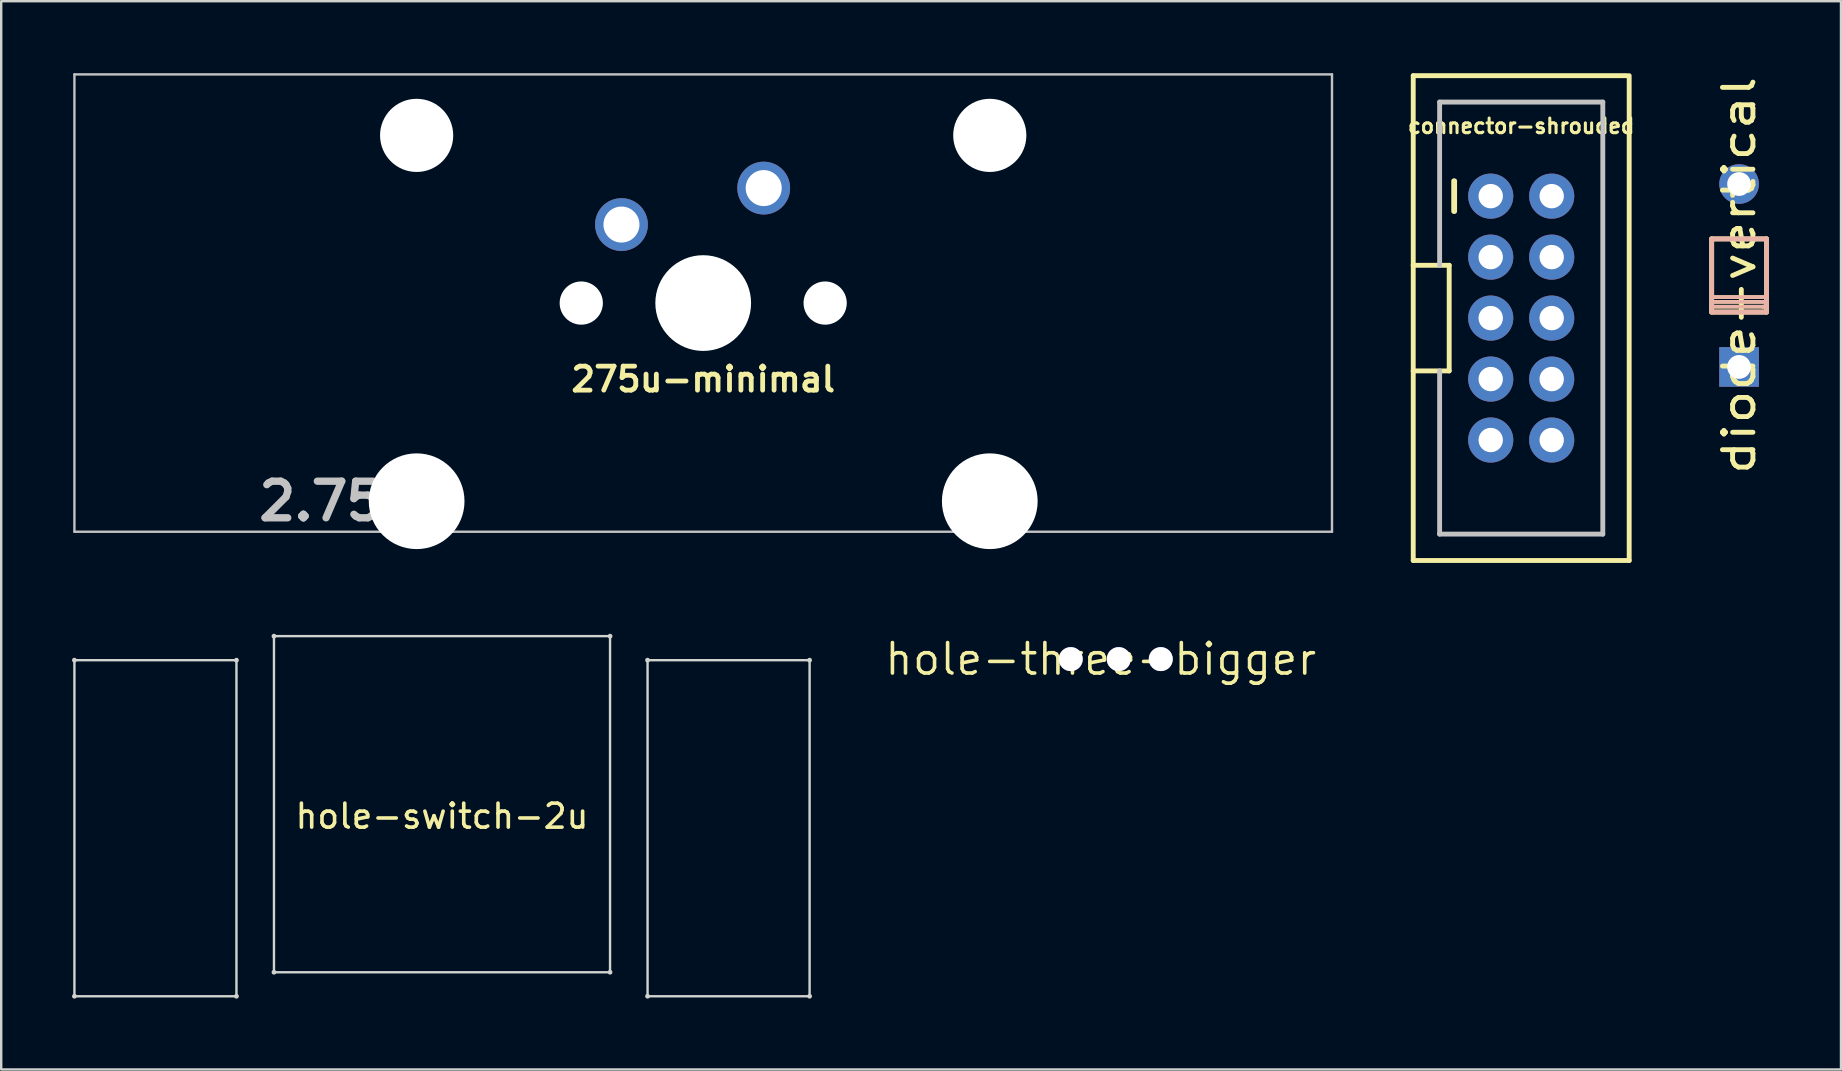
<source format=kicad_pcb>
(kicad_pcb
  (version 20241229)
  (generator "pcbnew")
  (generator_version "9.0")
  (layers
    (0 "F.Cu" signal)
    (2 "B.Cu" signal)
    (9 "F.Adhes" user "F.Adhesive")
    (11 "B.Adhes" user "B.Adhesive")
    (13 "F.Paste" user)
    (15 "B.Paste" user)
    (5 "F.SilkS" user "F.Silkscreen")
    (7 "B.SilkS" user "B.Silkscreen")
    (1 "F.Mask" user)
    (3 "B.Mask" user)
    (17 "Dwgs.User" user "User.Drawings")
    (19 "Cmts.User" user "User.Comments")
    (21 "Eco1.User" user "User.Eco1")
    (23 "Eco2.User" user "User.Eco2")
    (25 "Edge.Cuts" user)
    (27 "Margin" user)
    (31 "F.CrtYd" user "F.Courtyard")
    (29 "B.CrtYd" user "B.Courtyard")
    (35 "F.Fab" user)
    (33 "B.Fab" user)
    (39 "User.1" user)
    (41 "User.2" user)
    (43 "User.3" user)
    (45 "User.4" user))
  (footprint "diode-vertical"
    (layer "F.Cu")
    (at 69.396 8.426)
    (property "Reference" "diode-vertical" (at 0 0 270) (layer "F.SilkS") (effects (font (size 1.27 1.524) (thickness 0.203))))
    (attr through_hole)
    (fp_line (start -1.143 -1.524) (end 1.143 -1.524) (stroke (width 0.203) (type solid)) (layer "F.SilkS"))
    (fp_line (start -1.143 1.524) (end -1.143 -1.524) (stroke (width 0.203) (type solid)) (layer "F.SilkS"))
    (fp_line (start -1.1 0.9) (end 1.1 0.9) (stroke (width 0.15) (type solid)) (layer "F.SilkS"))
    (fp_line (start -1.1 1.3) (end 1 1.3) (stroke (width 0.15) (type solid)) (layer "F.SilkS"))
    (fp_line (start 1 1.3) (end 1.1 1.3) (stroke (width 0.15) (type solid)) (layer "F.SilkS"))
    (fp_line (start 1.1 1.1) (end -1.1 1.1) (stroke (width 0.15) (type solid)) (layer "F.SilkS"))
    (fp_line (start 1.1 1.3) (end 1 1.3) (stroke (width 0.15) (type solid)) (layer "F.SilkS"))
    (fp_line (start 1.143 -1.524) (end 1.143 1.524) (stroke (width 0.203) (type solid)) (layer "F.SilkS"))
    (fp_line (start 1.143 1.524) (end -1.143 1.524) (stroke (width 0.203) (type solid)) (layer "F.SilkS"))
    (fp_line (start -1.143 -1.524) (end 1.143 -1.524) (stroke (width 0.203) (type solid)) (layer "B.SilkS"))
    (fp_line (start -1.143 1.524) (end -1.143 -1.524) (stroke (width 0.203) (type solid)) (layer "B.SilkS"))
    (fp_line (start -1.1 0.9) (end 1.1 0.9) (stroke (width 0.15) (type solid)) (layer "B.SilkS"))
    (fp_line (start -1.1 1.3) (end 1 1.3) (stroke (width 0.15) (type solid)) (layer "B.SilkS"))
    (fp_line (start 1 1.3) (end 1.1 1.3) (stroke (width 0.15) (type solid)) (layer "B.SilkS"))
    (fp_line (start 1.1 1.1) (end -1.1 1.1) (stroke (width 0.15) (type solid)) (layer "B.SilkS"))
    (fp_line (start 1.1 1.3) (end 1 1.3) (stroke (width 0.15) (type solid)) (layer "B.SilkS"))
    (fp_line (start 1.143 -1.524) (end 1.143 1.524) (stroke (width 0.203) (type solid)) (layer "B.SilkS"))
    (fp_line (start 1.143 1.524) (end -1.143 1.524) (stroke (width 0.203) (type solid)) (layer "B.SilkS"))
    (pad "1" thru_hole rect (at 0 3.81) (size 1.651 1.651) (drill 0.991) (layers "*.Cu" "*.Mask"))
    (pad "2" thru_hole circle (at 0 -3.81) (size 1.651 1.651) (drill 0.991) (layers "*.Cu" "*.Mask")))
  (footprint "connector-shrouded"
    (layer "F.Cu")
    (at 60.32 10.201)
    (property "Reference" "connector-shrouded" (at 0 -8 0) (layer "F.SilkS") (effects (font (size 0.61 0.61) (thickness 0.127))))
    (attr through_hole)
    (fp_line (start -4.498 -10.099) (end 4.399 -10.099) (stroke (width 0.203) (type solid)) (layer "F.SilkS"))
    (fp_line (start -4.498 -2.2) (end -4.498 -10.099) (stroke (width 0.203) (type solid)) (layer "F.SilkS"))
    (fp_line (start -4.498 -2.2) (end -3 -2.2) (stroke (width 0.203) (type solid)) (layer "F.SilkS"))
    (fp_line (start -4.498 2.2) (end -4.498 -2.2) (stroke (width 0.203) (type solid)) (layer "F.SilkS"))
    (fp_line (start -4.498 10.099) (end -4.498 2.2) (stroke (width 0.203) (type solid)) (layer "F.SilkS"))
    (fp_line (start -3 -2.2) (end -3 2.2) (stroke (width 0.203) (type solid)) (layer "F.SilkS"))
    (fp_line (start -3 2.2) (end -4.498 2.2) (stroke (width 0.203) (type solid)) (layer "F.SilkS"))
    (fp_line (start -2.812 -5.715) (end -2.812 -4.445) (stroke (width 0.203) (type solid)) (layer "F.SilkS"))
    (fp_line (start -2.774 -5.715) (end -2.774 -4.445) (stroke (width 0.203) (type solid)) (layer "F.SilkS"))
    (fp_line (start 4.498 -10.099) (end 4.498 10.099) (stroke (width 0.203) (type solid)) (layer "F.SilkS"))
    (fp_line (start 4.498 10.099) (end -4.498 10.099) (stroke (width 0.203) (type solid)) (layer "F.SilkS"))
    (fp_line (start -3.399 -8.999) (end -3.399 -2.2) (stroke (width 0.203) (type solid)) (layer "Dwgs.User"))
    (fp_line (start -3.399 -8.999) (end 3.399 -8.999) (stroke (width 0.203) (type solid)) (layer "Dwgs.User"))
    (fp_line (start -3.399 8.999) (end -3.399 2.2) (stroke (width 0.203) (type solid)) (layer "Dwgs.User"))
    (fp_line (start -3.399 8.999) (end 3.399 8.999) (stroke (width 0.203) (type solid)) (layer "Dwgs.User"))
    (fp_line (start -1.524 -5.334) (end -1.016 -5.334) (stroke (width 0.066) (type solid)) (layer "Dwgs.User"))
    (fp_line (start -1.524 -4.826) (end -1.524 -5.334) (stroke (width 0.066) (type solid)) (layer "Dwgs.User"))
    (fp_line (start -1.524 -4.826) (end -1.016 -4.826) (stroke (width 0.066) (type solid)) (layer "Dwgs.User"))
    (fp_line (start -1.524 -2.794) (end -1.016 -2.794) (stroke (width 0.066) (type solid)) (layer "Dwgs.User"))
    (fp_line (start -1.524 -2.286) (end -1.524 -2.794) (stroke (width 0.066) (type solid)) (layer "Dwgs.User"))
    (fp_line (start -1.524 -2.286) (end -1.016 -2.286) (stroke (width 0.066) (type solid)) (layer "Dwgs.User"))
    (fp_line (start -1.524 -0.254) (end -1.016 -0.254) (stroke (width 0.066) (type solid)) (layer "Dwgs.User"))
    (fp_line (start -1.524 0.254) (end -1.524 -0.254) (stroke (width 0.066) (type solid)) (layer "Dwgs.User"))
    (fp_line (start -1.524 0.254) (end -1.016 0.254) (stroke (width 0.066) (type solid)) (layer "Dwgs.User"))
    (fp_line (start -1.524 2.286) (end -1.016 2.286) (stroke (width 0.066) (type solid)) (layer "Dwgs.User"))
    (fp_line (start -1.524 2.286) (end -1.016 2.286) (stroke (width 0.066) (type solid)) (layer "Dwgs.User"))
    (fp_line (start -1.524 2.794) (end -1.524 2.286) (stroke (width 0.066) (type solid)) (layer "Dwgs.User"))
    (fp_line (start -1.524 2.794) (end -1.524 2.286) (stroke (width 0.066) (type solid)) (layer "Dwgs.User"))
    (fp_line (start -1.524 2.794) (end -1.016 2.794) (stroke (width 0.066) (type solid)) (layer "Dwgs.User"))
    (fp_line (start -1.524 2.794) (end -1.016 2.794) (stroke (width 0.066) (type solid)) (layer "Dwgs.User"))
    (fp_line (start -1.524 4.826) (end -1.016 4.826) (stroke (width 0.066) (type solid)) (layer "Dwgs.User"))
    (fp_line (start -1.524 5.334) (end -1.524 4.826) (stroke (width 0.066) (type solid)) (layer "Dwgs.User"))
    (fp_line (start -1.524 5.334) (end -1.016 5.334) (stroke (width 0.066) (type solid)) (layer "Dwgs.User"))
    (fp_line (start -1.016 -4.826) (end -1.016 -5.334) (stroke (width 0.066) (type solid)) (layer "Dwgs.User"))
    (fp_line (start -1.016 -2.286) (end -1.016 -2.794) (stroke (width 0.066) (type solid)) (layer "Dwgs.User"))
    (fp_line (start -1.016 0.254) (end -1.016 -0.254) (stroke (width 0.066) (type solid)) (layer "Dwgs.User"))
    (fp_line (start -1.016 2.794) (end -1.016 2.286) (stroke (width 0.066) (type solid)) (layer "Dwgs.User"))
    (fp_line (start -1.016 2.794) (end -1.016 2.286) (stroke (width 0.066) (type solid)) (layer "Dwgs.User"))
    (fp_line (start -1.016 5.334) (end -1.016 4.826) (stroke (width 0.066) (type solid)) (layer "Dwgs.User"))
    (fp_line (start 1.016 -5.334) (end 1.524 -5.334) (stroke (width 0.066) (type solid)) (layer "Dwgs.User"))
    (fp_line (start 1.016 -4.826) (end 1.016 -5.334) (stroke (width 0.066) (type solid)) (layer "Dwgs.User"))
    (fp_line (start 1.016 -4.826) (end 1.524 -4.826) (stroke (width 0.066) (type solid)) (layer "Dwgs.User"))
    (fp_line (start 1.016 -2.794) (end 1.524 -2.794) (stroke (width 0.066) (type solid)) (layer "Dwgs.User"))
    (fp_line (start 1.016 -2.286) (end 1.016 -2.794) (stroke (width 0.066) (type solid)) (layer "Dwgs.User"))
    (fp_line (start 1.016 -2.286) (end 1.524 -2.286) (stroke (width 0.066) (type solid)) (layer "Dwgs.User"))
    (fp_line (start 1.016 -0.254) (end 1.524 -0.254) (stroke (width 0.066) (type solid)) (layer "Dwgs.User"))
    (fp_line (start 1.016 0.254) (end 1.016 -0.254) (stroke (width 0.066) (type solid)) (layer "Dwgs.User"))
    (fp_line (start 1.016 0.254) (end 1.524 0.254) (stroke (width 0.066) (type solid)) (layer "Dwgs.User"))
    (fp_line (start 1.016 2.286) (end 1.524 2.286) (stroke (width 0.066) (type solid)) (layer "Dwgs.User"))
    (fp_line (start 1.016 2.286) (end 1.524 2.286) (stroke (width 0.066) (type solid)) (layer "Dwgs.User"))
    (fp_line (start 1.016 2.794) (end 1.016 2.286) (stroke (width 0.066) (type solid)) (layer "Dwgs.User"))
    (fp_line (start 1.016 2.794) (end 1.016 2.286) (stroke (width 0.066) (type solid)) (layer "Dwgs.User"))
    (fp_line (start 1.016 2.794) (end 1.524 2.794) (stroke (width 0.066) (type solid)) (layer "Dwgs.User"))
    (fp_line (start 1.016 2.794) (end 1.524 2.794) (stroke (width 0.066) (type solid)) (layer "Dwgs.User"))
    (fp_line (start 1.016 4.826) (end 1.524 4.826) (stroke (width 0.066) (type solid)) (layer "Dwgs.User"))
    (fp_line (start 1.016 5.334) (end 1.016 4.826) (stroke (width 0.066) (type solid)) (layer "Dwgs.User"))
    (fp_line (start 1.016 5.334) (end 1.524 5.334) (stroke (width 0.066) (type solid)) (layer "Dwgs.User"))
    (fp_line (start 1.524 -4.826) (end 1.524 -5.334) (stroke (width 0.066) (type solid)) (layer "Dwgs.User"))
    (fp_line (start 1.524 -2.286) (end 1.524 -2.794) (stroke (width 0.066) (type solid)) (layer "Dwgs.User"))
    (fp_line (start 1.524 0.254) (end 1.524 -0.254) (stroke (width 0.066) (type solid)) (layer "Dwgs.User"))
    (fp_line (start 1.524 2.794) (end 1.524 2.286) (stroke (width 0.066) (type solid)) (layer "Dwgs.User"))
    (fp_line (start 1.524 2.794) (end 1.524 2.286) (stroke (width 0.066) (type solid)) (layer "Dwgs.User"))
    (fp_line (start 1.524 5.334) (end 1.524 4.826) (stroke (width 0.066) (type solid)) (layer "Dwgs.User"))
    (fp_line (start 3.399 -8.999) (end 3.399 8.999) (stroke (width 0.203) (type solid)) (layer "Dwgs.User"))
    (pad "1" thru_hole circle (at -1.27 -5.08) (size 1.88 1.88) (drill 1.016) (layers "*.Cu" "*.Mask"))
    (pad "2" thru_hole circle (at 1.27 -5.08) (size 1.88 1.88) (drill 1.016) (layers "*.Cu" "*.Mask"))
    (pad "3" thru_hole circle (at -1.27 -2.54) (size 1.88 1.88) (drill 1.016) (layers "*.Cu" "*.Mask"))
    (pad "4" thru_hole circle (at 1.27 -2.54) (size 1.88 1.88) (drill 1.016) (layers "*.Cu" "*.Mask"))
    (pad "5" thru_hole circle (at -1.27 0) (size 1.88 1.88) (drill 1.016) (layers "*.Cu" "*.Mask"))
    (pad "6" thru_hole circle (at 1.27 0) (size 1.88 1.88) (drill 1.016) (layers "*.Cu" "*.Mask"))
    (pad "7" thru_hole circle (at -1.27 2.54) (size 1.88 1.88) (drill 1.016) (layers "*.Cu" "*.Mask"))
    (pad "8" thru_hole circle (at 1.27 2.54) (size 1.88 1.88) (drill 1.016) (layers "*.Cu" "*.Mask"))
    (pad "9" thru_hole circle (at -1.27 5.08) (size 1.88 1.88) (drill 1.016) (layers "*.Cu" "*.Mask"))
    (pad "10" thru_hole circle (at 1.27 5.08) (size 1.88 1.88) (drill 1.016) (layers "*.Cu" "*.Mask")))
  (footprint "hole-switch-2u"
    (layer "F.Cu")
    (at 15.363 30.451)
    (property "Reference" "hole-switch-2u" (at 0 0.5 0) (layer "F.SilkS") (effects (font (size 1 1) (thickness 0.15))))
    (attr through_hole)
    (fp_line (start -15.313 -6) (end -15.313 8) (stroke (width 0.1) (type solid)) (layer "Edge.Cuts"))
    (fp_line (start -15.313 -6) (end -8.563 -6) (stroke (width 0.1) (type solid)) (layer "Edge.Cuts"))
    (fp_line (start -15.313 8) (end -8.563 8) (stroke (width 0.1) (type solid)) (layer "Edge.Cuts"))
    (fp_line (start -8.563 -6) (end -8.563 8) (stroke (width 0.1) (type solid)) (layer "Edge.Cuts"))
    (fp_line (start -7 -7) (end -7 7) (stroke (width 0.1) (type solid)) (layer "Edge.Cuts"))
    (fp_line (start -7 -7) (end 7 -7) (stroke (width 0.1) (type solid)) (layer "Edge.Cuts"))
    (fp_line (start -7 7) (end 7 7) (stroke (width 0.1) (type solid)) (layer "Edge.Cuts"))
    (fp_line (start 7 -7) (end 7 7) (stroke (width 0.1) (type solid)) (layer "Edge.Cuts"))
    (fp_line (start 8.563 -6) (end 8.563 8) (stroke (width 0.1) (type solid)) (layer "Edge.Cuts"))
    (fp_line (start 8.563 -6) (end 15.313 -6) (stroke (width 0.1) (type solid)) (layer "Edge.Cuts"))
    (fp_line (start 8.563 8) (end 15.313 8) (stroke (width 0.1) (type solid)) (layer "Edge.Cuts"))
    (fp_line (start 15.313 -6) (end 15.313 8) (stroke (width 0.1) (type solid)) (layer "Edge.Cuts"))
    (fp_arc (start -15.313001 -6) (mid -15.313001 -6) (end -15.313001 -6) (stroke (width 0.1) (type solid)) (layer "Edge.Cuts"))
    (fp_arc (start -15.313001 8) (mid -15.313001 8) (end -15.313001 8) (stroke (width 0.1) (type solid)) (layer "Edge.Cuts"))
    (fp_arc (start -8.563 -6) (mid -8.563 -6) (end -8.563 -6) (stroke (width 0.1) (type solid)) (layer "Edge.Cuts"))
    (fp_arc (start -8.563 8) (mid -8.563 8) (end -8.563 8) (stroke (width 0.1) (type solid)) (layer "Edge.Cuts"))
    (fp_arc (start -7 -7) (mid -7 -7) (end -7 -7) (stroke (width 0.1) (type solid)) (layer "Edge.Cuts"))
    (fp_arc (start -7 6.999999) (mid -7 6.999999) (end -7 6.999999) (stroke (width 0.1) (type solid)) (layer "Edge.Cuts"))
    (fp_arc (start 7 -7) (mid 7 -7) (end 7 -7) (stroke (width 0.1) (type solid)) (layer "Edge.Cuts"))
    (fp_arc (start 7 6.999999) (mid 7 6.999999) (end 7 6.999999) (stroke (width 0.1) (type solid)) (layer "Edge.Cuts"))
    (fp_arc (start 8.563 -6) (mid 8.563 -6) (end 8.563 -6) (stroke (width 0.1) (type solid)) (layer "Edge.Cuts"))
    (fp_arc (start 8.563 8) (mid 8.563 8) (end 8.563 8) (stroke (width 0.1) (type solid)) (layer "Edge.Cuts"))
    (fp_arc (start 15.313 -6) (mid 15.313 -6) (end 15.313 -6) (stroke (width 0.1) (type solid)) (layer "Edge.Cuts"))
    (fp_arc (start 15.313 8) (mid 15.313 8) (end 15.313 8) (stroke (width 0.1) (type solid)) (layer "Edge.Cuts")))
  (footprint "275u-minimal"
    (layer "F.Cu")
    (at 26.244 9.575)
    (property "Reference" "275u-minimal" (at 0 3.175 0) (layer "F.SilkS") (effects (font (size 1 1) (thickness 0.2))))
    (attr through_hole)
    (fp_line (start -26.194 -9.525) (end 26.194 -9.525) (stroke (width 0.1) (type solid)) (layer "Dwgs.User"))
    (fp_line (start -26.194 9.525) (end -26.194 -9.525) (stroke (width 0.1) (type solid)) (layer "Dwgs.User"))
    (fp_line (start 26.194 -9.525) (end 26.194 9.525) (stroke (width 0.1) (type solid)) (layer "Dwgs.User"))
    (fp_line (start 26.194 9.525) (end -26.194 9.525) (stroke (width 0.1) (type solid)) (layer "Dwgs.User"))
    (fp_line (start -16.129 -2.286) (end -15.265 -2.286) (stroke (width 0.152) (type solid)) (layer "Eco2.User"))
    (fp_line (start -16.129 0.508) (end -16.129 -2.286) (stroke (width 0.152) (type solid)) (layer "Eco2.User"))
    (fp_line (start -15.265 -5.69) (end -8.611 -5.69) (stroke (width 0.152) (type solid)) (layer "Eco2.User"))
    (fp_line (start -15.265 -2.286) (end -15.265 -5.69) (stroke (width 0.152) (type solid)) (layer "Eco2.User"))
    (fp_line (start -15.265 0.508) (end -16.129 0.508) (stroke (width 0.152) (type solid)) (layer "Eco2.User"))
    (fp_line (start -15.265 6.604) (end -15.265 0.508) (stroke (width 0.152) (type solid)) (layer "Eco2.User"))
    (fp_line (start -14.224 6.604) (end -15.265 6.604) (stroke (width 0.152) (type solid)) (layer "Eco2.User"))
    (fp_line (start -14.224 7.772) (end -14.224 6.604) (stroke (width 0.152) (type solid)) (layer "Eco2.User"))
    (fp_line (start -9.652 6.604) (end -9.652 7.772) (stroke (width 0.152) (type solid)) (layer "Eco2.User"))
    (fp_line (start -9.652 7.772) (end -14.224 7.772) (stroke (width 0.152) (type solid)) (layer "Eco2.User"))
    (fp_line (start -8.611 -5.69) (end -8.611 -4.877) (stroke (width 0.152) (type solid)) (layer "Eco2.User"))
    (fp_line (start -8.611 -4.877) (end -6.985 -4.877) (stroke (width 0.152) (type solid)) (layer "Eco2.User"))
    (fp_line (start -8.611 5.817) (end -8.611 6.604) (stroke (width 0.152) (type solid)) (layer "Eco2.User"))
    (fp_line (start -8.611 6.604) (end -9.652 6.604) (stroke (width 0.152) (type solid)) (layer "Eco2.User"))
    (fp_line (start -6.985 -6.985) (end 6.985 -6.985) (stroke (width 0.152) (type solid)) (layer "Eco2.User"))
    (fp_line (start -6.985 -4.877) (end -6.985 -6.985) (stroke (width 0.152) (type solid)) (layer "Eco2.User"))
    (fp_line (start -6.985 5.817) (end -8.611 5.817) (stroke (width 0.152) (type solid)) (layer "Eco2.User"))
    (fp_line (start -6.985 6.985) (end -6.985 5.817) (stroke (width 0.152) (type solid)) (layer "Eco2.User"))
    (fp_line (start 6.985 -6.985) (end 6.985 -4.877) (stroke (width 0.152) (type solid)) (layer "Eco2.User"))
    (fp_line (start 6.985 -4.877) (end 8.611 -4.877) (stroke (width 0.152) (type solid)) (layer "Eco2.User"))
    (fp_line (start 6.985 5.817) (end 6.985 6.985) (stroke (width 0.152) (type solid)) (layer "Eco2.User"))
    (fp_line (start 6.985 6.985) (end -6.985 6.985) (stroke (width 0.152) (type solid)) (layer "Eco2.User"))
    (fp_line (start 8.611 -5.69) (end 15.265 -5.69) (stroke (width 0.152) (type solid)) (layer "Eco2.User"))
    (fp_line (start 8.611 -4.877) (end 8.611 -5.69) (stroke (width 0.152) (type solid)) (layer "Eco2.User"))
    (fp_line (start 8.611 5.817) (end 6.985 5.817) (stroke (width 0.152) (type solid)) (layer "Eco2.User"))
    (fp_line (start 8.611 6.604) (end 8.611 5.817) (stroke (width 0.152) (type solid)) (layer "Eco2.User"))
    (fp_line (start 9.652 6.604) (end 8.611 6.604) (stroke (width 0.152) (type solid)) (layer "Eco2.User"))
    (fp_line (start 9.652 7.772) (end 9.652 6.604) (stroke (width 0.152) (type solid)) (layer "Eco2.User"))
    (fp_line (start 14.224 6.604) (end 14.224 7.772) (stroke (width 0.152) (type solid)) (layer "Eco2.User"))
    (fp_line (start 14.224 7.772) (end 9.652 7.772) (stroke (width 0.152) (type solid)) (layer "Eco2.User"))
    (fp_line (start 15.265 -5.69) (end 15.265 -2.286) (stroke (width 0.152) (type solid)) (layer "Eco2.User"))
    (fp_line (start 15.265 -2.286) (end 16.129 -2.286) (stroke (width 0.152) (type solid)) (layer "Eco2.User"))
    (fp_line (start 15.265 0.508) (end 15.265 6.604) (stroke (width 0.152) (type solid)) (layer "Eco2.User"))
    (fp_line (start 15.265 6.604) (end 14.224 6.604) (stroke (width 0.152) (type solid)) (layer "Eco2.User"))
    (fp_line (start 16.129 -2.286) (end 16.129 0.508) (stroke (width 0.152) (type solid)) (layer "Eco2.User"))
    (fp_line (start 16.129 0.508) (end 15.265 0.508) (stroke (width 0.152) (type solid)) (layer "Eco2.User"))
    (fp_text user "2.75u" (at -15.24 8.255 0) (layer "Dwgs.User") (effects (font (size 1.524 1.524) (thickness 0.305))))
    (pad "" np_thru_hole circle (at -11.938 -6.985) (size 3.048 3.048) (drill 3.048) (layers "*.Cu" "*.Mask"))
    (pad "" np_thru_hole circle (at -11.938 8.255) (size 3.988 3.988) (drill 3.988) (layers "*.Cu" "*.Mask"))
    (pad "" np_thru_hole circle (at -5.08 0) (size 1.8 1.8) (drill 1.8) (layers "*.Cu" "*.Mask"))
    (pad "" np_thru_hole circle (at 0 0) (size 3.988 3.988) (drill 3.988) (layers "*.Cu" "*.Mask"))
    (pad "" np_thru_hole circle (at 5.08 0) (size 1.8 1.8) (drill 1.8) (layers "*.Cu" "*.Mask"))
    (pad "" np_thru_hole circle (at 11.938 -6.985) (size 3.048 3.048) (drill 3.048) (layers "*.Cu" "*.Mask"))
    (pad "" np_thru_hole circle (at 11.938 8.255) (size 3.988 3.988) (drill 3.988) (layers "*.Cu" "*.Mask"))
    (pad "1" thru_hole circle (at -3.405 -3.27 29) (size 2.2 2.2) (drill 1.5) (layers "*.Cu" "*.Mask"))
    (pad "2" thru_hole circle (at 2.52 -4.79) (size 2.2 2.2) (drill 1.5) (layers "*.Cu" "*.Mask")))
  (footprint "hole-three-bigger"
    (layer "F.Cu")
    (at 42.805 24.407)
    (property "Reference" "hole-three-bigger" (at 0 0 0) (layer "F.SilkS") (effects (font (size 1.27 1.27) (thickness 0.15))))
    (attr through_hole)
    (pad "" thru_hole circle (at -1.25 0) (size 1 1) (drill 1) (layers "*.Cu" "*.Mask"))
    (pad "" thru_hole circle (at 0.75 0) (size 1 1) (drill 1) (layers "*.Cu" "*.Mask"))
    (pad "" thru_hole circle (at 2.5 0) (size 1 1) (drill 1) (layers "*.Cu" "*.Mask")))
  (gr_rect
    (start -3 -3)
    (end 73.641 41.501)
    (stroke (width 0.1) (type default))
    (fill no)
    (layer "Edge.Cuts")))
</source>
